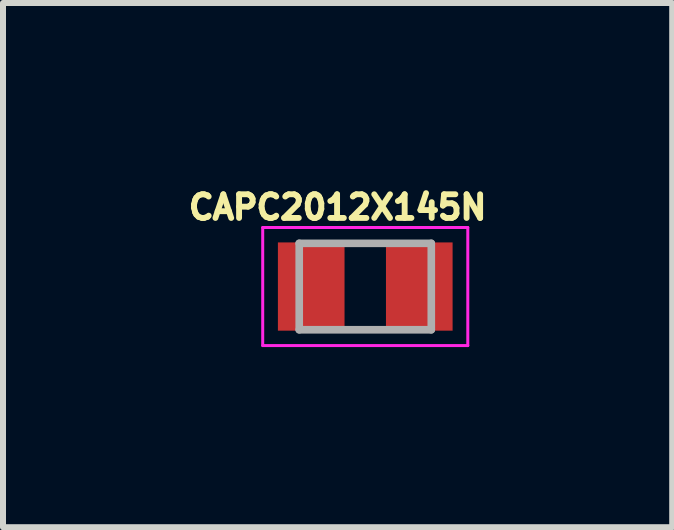
<source format=kicad_pcb>
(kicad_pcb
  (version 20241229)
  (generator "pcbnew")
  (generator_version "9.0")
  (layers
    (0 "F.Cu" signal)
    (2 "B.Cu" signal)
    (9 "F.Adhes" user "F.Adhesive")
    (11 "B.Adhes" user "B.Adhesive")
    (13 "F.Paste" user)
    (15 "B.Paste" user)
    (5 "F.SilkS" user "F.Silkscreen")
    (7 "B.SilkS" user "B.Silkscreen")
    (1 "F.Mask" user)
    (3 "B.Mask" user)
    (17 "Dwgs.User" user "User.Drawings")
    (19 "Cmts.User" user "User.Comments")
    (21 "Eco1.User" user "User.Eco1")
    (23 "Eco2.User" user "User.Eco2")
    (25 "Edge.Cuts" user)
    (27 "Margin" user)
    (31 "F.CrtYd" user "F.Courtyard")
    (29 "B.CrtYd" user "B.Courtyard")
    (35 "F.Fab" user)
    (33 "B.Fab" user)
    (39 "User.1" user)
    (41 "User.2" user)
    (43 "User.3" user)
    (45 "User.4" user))
  (footprint "CAPC2012X145N"
    (layer "F.Cu")
    (at 3.034 1.723)
    (property "Reference" "CAPC2012X145N" (at -0.46 -1.32 0) (layer "F.SilkS") (effects (font (size 0.394 0.394) (thickness 0.098))))
    (attr smd)
    (fp_line (start -1.708 -0.983) (end 1.708 -0.983) (stroke (width 0.05) (type solid)) (layer "F.CrtYd"))
    (fp_line (start -1.708 0.983) (end -1.708 -0.983) (stroke (width 0.05) (type solid)) (layer "F.CrtYd"))
    (fp_line (start -1.708 0.983) (end 1.708 0.983) (stroke (width 0.05) (type solid)) (layer "F.CrtYd"))
    (fp_line (start 1.708 0.983) (end 1.708 -0.983) (stroke (width 0.05) (type solid)) (layer "F.CrtYd"))
    (fp_line (start -1.1 0.72) (end -1.1 -0.72) (stroke (width 0.127) (type solid)) (layer "F.Fab"))
    (fp_line (start 1.1 -0.72) (end -1.1 -0.72) (stroke (width 0.127) (type solid)) (layer "F.Fab"))
    (fp_line (start 1.1 0.72) (end -1.1 0.72) (stroke (width 0.127) (type solid)) (layer "F.Fab"))
    (fp_line (start 1.1 0.72) (end 1.1 -0.72) (stroke (width 0.127) (type solid)) (layer "F.Fab"))
    (pad "1" smd rect (at -0.9 0) (size 1.11 1.47) (layers "F.Cu" "F.Mask" "F.Paste"))
    (pad "2" smd rect (at 0.9 0) (size 1.11 1.47) (layers "F.Cu" "F.Mask" "F.Paste")))
  (gr_rect
    (start -3 -3)
    (end 8.147 5.731)
    (stroke (width 0.1) (type default))
    (fill no)
    (layer "Edge.Cuts")))
</source>
